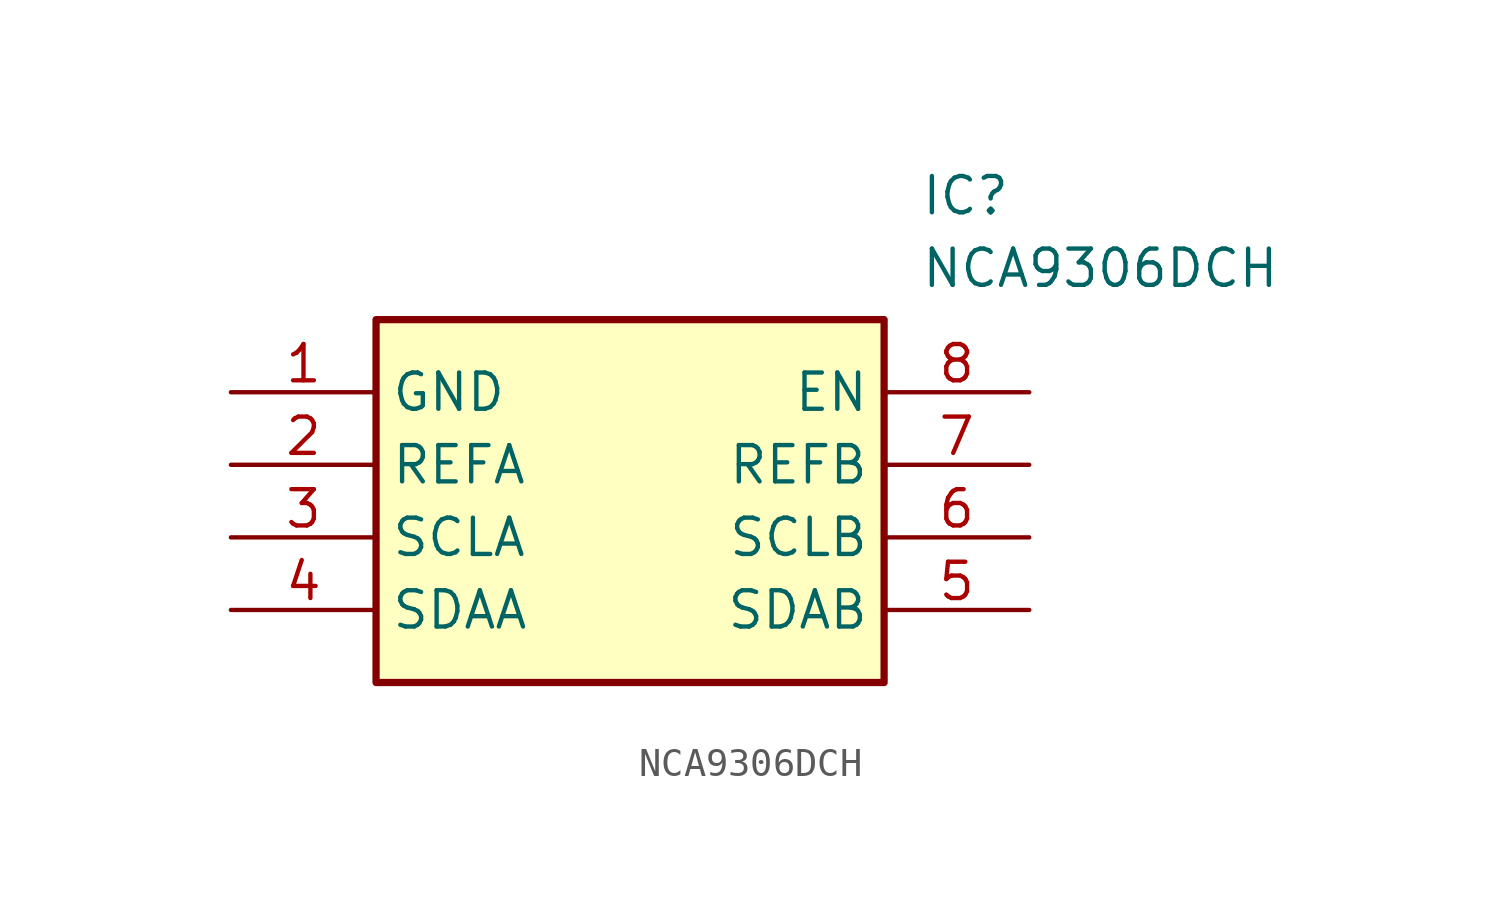
<source format=kicad_sym>
(kicad_symbol_lib
  (version 20211014)
  (generator SamacSys_ECAD_Model)
  (symbol "NCA9306DCH"
    (property "Reference" "IC"
      (at 24.13 7.62 0)
      (effects (font (size 1.27 1.27)) (justify left top)))
    (property "Value" "NCA9306DCH"
      (at 24.13 5.08 0)
      (effects (font (size 1.27 1.27)) (justify left top)))
    (rectangle
      (start 5.08 2.54)
      (end 22.86 -10.16)
      (stroke (width 0.254) (type default))
      (fill (type background)))
    (pin passive line
      (at 0 0 0)
      (length 5.08)
      (name "GND" (effects (font (size 1.27 1.27))))
      (number "1" (effects (font (size 1.27 1.27)))))
    (pin passive line
      (at 0 -2.54 0)
      (length 5.08)
      (name "REFA" (effects (font (size 1.27 1.27))))
      (number "2" (effects (font (size 1.27 1.27)))))
    (pin passive line
      (at 0 -5.08 0)
      (length 5.08)
      (name "SCLA" (effects (font (size 1.27 1.27))))
      (number "3" (effects (font (size 1.27 1.27)))))
    (pin passive line
      (at 0 -7.62 0)
      (length 5.08)
      (name "SDAA" (effects (font (size 1.27 1.27))))
      (number "4" (effects (font (size 1.27 1.27)))))
    (pin passive line
      (at 27.94 0 180)
      (length 5.08)
      (name "EN" (effects (font (size 1.27 1.27))))
      (number "8" (effects (font (size 1.27 1.27)))))
    (pin passive line
      (at 27.94 -2.54 180)
      (length 5.08)
      (name "REFB" (effects (font (size 1.27 1.27))))
      (number "7" (effects (font (size 1.27 1.27)))))
    (pin passive line
      (at 27.94 -5.08 180)
      (length 5.08)
      (name "SCLB" (effects (font (size 1.27 1.27))))
      (number "6" (effects (font (size 1.27 1.27)))))
    (pin passive line
      (at 27.94 -7.62 180)
      (length 5.08)
      (name "SDAB" (effects (font (size 1.27 1.27))))
      (number "5" (effects (font (size 1.27 1.27)))))))
</source>
